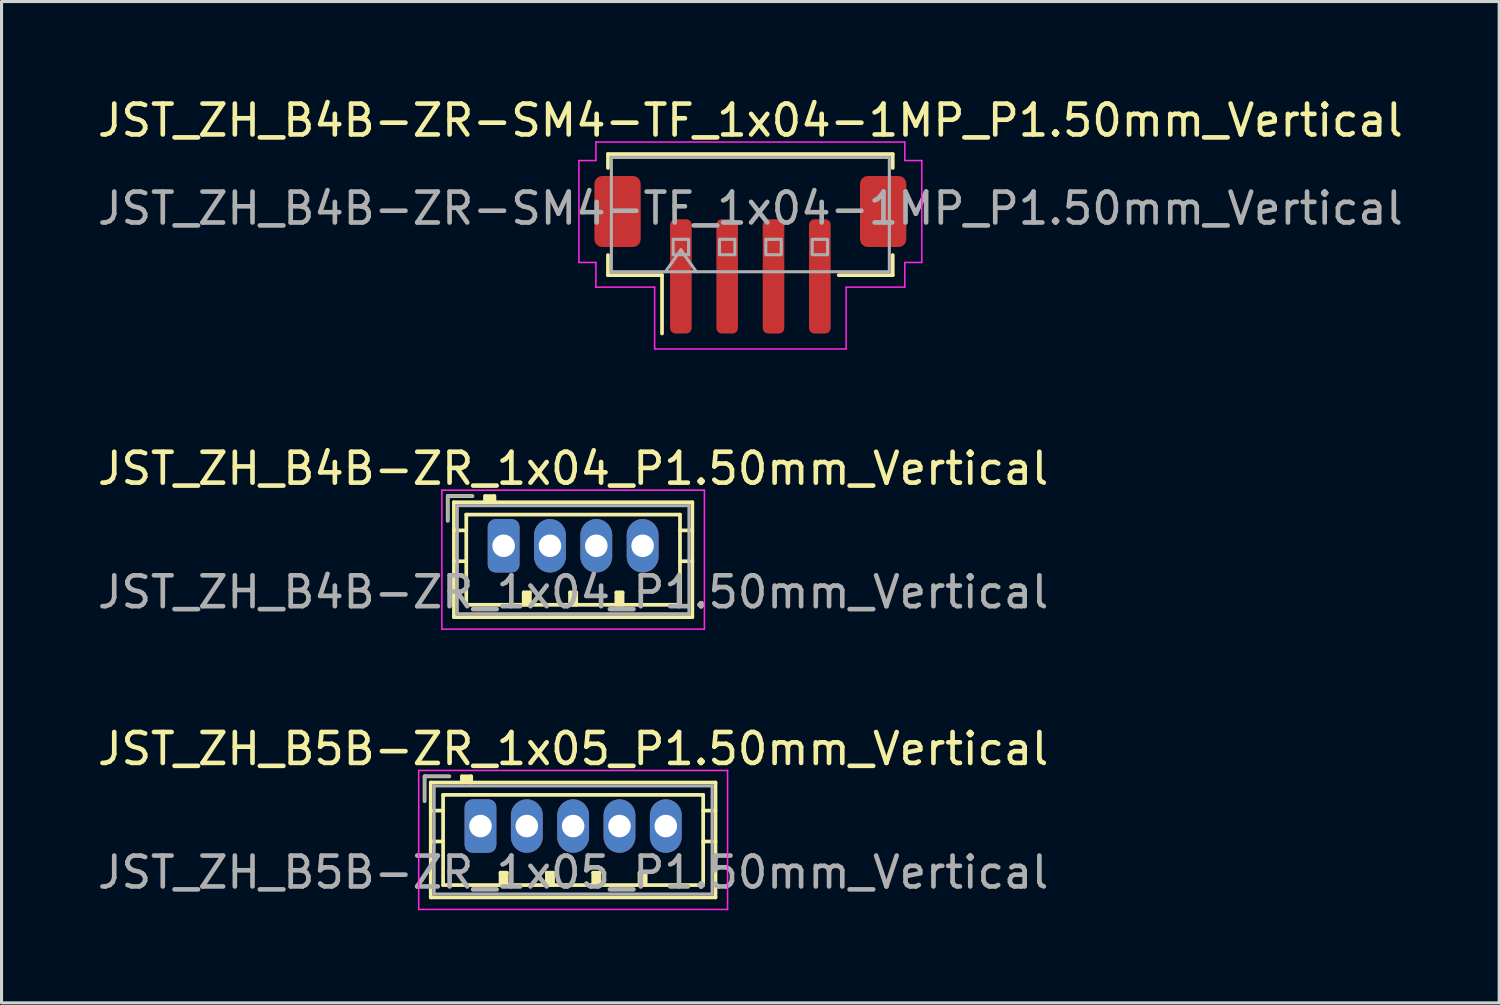
<source format=kicad_pcb>
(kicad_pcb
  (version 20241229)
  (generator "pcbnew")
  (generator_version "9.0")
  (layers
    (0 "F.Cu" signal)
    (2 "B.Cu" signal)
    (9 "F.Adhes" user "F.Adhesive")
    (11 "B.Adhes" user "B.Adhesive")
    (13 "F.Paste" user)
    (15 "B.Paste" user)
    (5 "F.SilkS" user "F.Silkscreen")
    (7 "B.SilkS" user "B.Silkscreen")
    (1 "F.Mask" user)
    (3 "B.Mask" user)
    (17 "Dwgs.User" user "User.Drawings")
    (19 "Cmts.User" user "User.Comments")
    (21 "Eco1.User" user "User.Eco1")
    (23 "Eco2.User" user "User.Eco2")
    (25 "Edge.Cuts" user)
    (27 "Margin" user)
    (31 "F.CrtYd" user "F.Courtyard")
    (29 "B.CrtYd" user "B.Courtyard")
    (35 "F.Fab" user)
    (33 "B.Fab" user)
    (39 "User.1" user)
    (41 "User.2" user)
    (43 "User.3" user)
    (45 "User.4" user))
  (footprint "JST_ZH_B4B-ZR-SM4-TF_1x04-1MP_P1.50mm_Vertical"
    (layer "F.Cu")
    (at 21.244 5.198)
    (property "Reference" "JST_ZH_B4B-ZR-SM4-TF_1x04-1MP_P1.50mm_Vertical" (at 0 -4.35 0) (layer "F.SilkS") (effects (font (size 1 1) (thickness 0.15))))
    (attr smd)
    (fp_line (start -4.61 -3.26) (end 4.61 -3.26) (stroke (width 0.12) (type solid)) (layer "F.SilkS"))
    (fp_line (start -4.61 -2.81) (end -4.61 -3.26) (stroke (width 0.12) (type solid)) (layer "F.SilkS"))
    (fp_line (start -4.61 0.01) (end -4.61 0.66) (stroke (width 0.12) (type solid)) (layer "F.SilkS"))
    (fp_line (start -4.61 0.66) (end -2.86 0.66) (stroke (width 0.12) (type solid)) (layer "F.SilkS"))
    (fp_line (start -2.86 0.66) (end -2.86 2.55) (stroke (width 0.12) (type solid)) (layer "F.SilkS"))
    (fp_line (start 4.61 -3.26) (end 4.61 -2.81) (stroke (width 0.12) (type solid)) (layer "F.SilkS"))
    (fp_line (start 4.61 0.01) (end 4.61 0.66) (stroke (width 0.12) (type solid)) (layer "F.SilkS"))
    (fp_line (start 4.61 0.66) (end 2.86 0.66) (stroke (width 0.12) (type solid)) (layer "F.SilkS"))
    (fp_line (start -5.55 -3.05) (end -5 -3.05) (stroke (width 0.05) (type solid)) (layer "F.CrtYd"))
    (fp_line (start -5.55 0.25) (end -5.55 -3.05) (stroke (width 0.05) (type solid)) (layer "F.CrtYd"))
    (fp_line (start -5 -3.65) (end 5 -3.65) (stroke (width 0.05) (type solid)) (layer "F.CrtYd"))
    (fp_line (start -5 -3.05) (end -5 -3.65) (stroke (width 0.05) (type solid)) (layer "F.CrtYd"))
    (fp_line (start -5 0.25) (end -5.55 0.25) (stroke (width 0.05) (type solid)) (layer "F.CrtYd"))
    (fp_line (start -5 1.05) (end -5 0.25) (stroke (width 0.05) (type solid)) (layer "F.CrtYd"))
    (fp_line (start -3.1 1.05) (end -5 1.05) (stroke (width 0.05) (type solid)) (layer "F.CrtYd"))
    (fp_line (start -3.1 3.05) (end -3.1 1.05) (stroke (width 0.05) (type solid)) (layer "F.CrtYd"))
    (fp_line (start 3.1 1.05) (end 3.1 3.05) (stroke (width 0.05) (type solid)) (layer "F.CrtYd"))
    (fp_line (start 3.1 3.05) (end -3.1 3.05) (stroke (width 0.05) (type solid)) (layer "F.CrtYd"))
    (fp_line (start 5 -3.65) (end 5 -3.05) (stroke (width 0.05) (type solid)) (layer "F.CrtYd"))
    (fp_line (start 5 -3.05) (end 5.55 -3.05) (stroke (width 0.05) (type solid)) (layer "F.CrtYd"))
    (fp_line (start 5 0.25) (end 5 1.05) (stroke (width 0.05) (type solid)) (layer "F.CrtYd"))
    (fp_line (start 5 1.05) (end 3.1 1.05) (stroke (width 0.05) (type solid)) (layer "F.CrtYd"))
    (fp_line (start 5.55 -3.05) (end 5.55 0.25) (stroke (width 0.05) (type solid)) (layer "F.CrtYd"))
    (fp_line (start 5.55 0.25) (end 5 0.25) (stroke (width 0.05) (type solid)) (layer "F.CrtYd"))
    (fp_line (start -4.5 -3.15) (end 4.5 -3.15) (stroke (width 0.1) (type solid)) (layer "F.Fab"))
    (fp_line (start -4.5 0.55) (end -4.5 -3.15) (stroke (width 0.1) (type solid)) (layer "F.Fab"))
    (fp_line (start -4.5 0.55) (end 4.5 0.55) (stroke (width 0.1) (type solid)) (layer "F.Fab"))
    (fp_line (start -2.75 0.55) (end -2.25 -0.157) (stroke (width 0.1) (type solid)) (layer "F.Fab"))
    (fp_line (start -2.25 -0.157) (end -1.75 0.55) (stroke (width 0.1) (type solid)) (layer "F.Fab"))
    (fp_line (start 4.5 0.55) (end 4.5 -3.15) (stroke (width 0.1) (type solid)) (layer "F.Fab"))
    (fp_rect (start -2.5 -0.5) (end -2 0) (stroke (width 0.1) (type solid)) (fill no) (layer "F.Fab"))
    (fp_rect (start -1 -0.5) (end -0.5 0) (stroke (width 0.1) (type solid)) (fill no) (layer "F.Fab"))
    (fp_rect (start 0.5 -0.5) (end 1 0) (stroke (width 0.1) (type solid)) (fill no) (layer "F.Fab"))
    (fp_rect (start 2 -0.5) (end 2.5 0) (stroke (width 0.1) (type solid)) (fill no) (layer "F.Fab"))
    (fp_text user "${REFERENCE}" (at 0 -1.5 0) (layer "F.Fab") (effects (font (size 1 1) (thickness 0.15))))
    (pad "1" smd roundrect (at -2.25 0.7) (size 0.7 3.7) (layers "F.Cu" "F.Mask" "F.Paste") (roundrect_rratio 0.25))
    (pad "2" smd roundrect (at -0.75 0.7) (size 0.7 3.7) (layers "F.Cu" "F.Mask" "F.Paste") (roundrect_rratio 0.25))
    (pad "3" smd roundrect (at 0.75 0.7) (size 0.7 3.7) (layers "F.Cu" "F.Mask" "F.Paste") (roundrect_rratio 0.25))
    (pad "4" smd roundrect (at 2.25 0.7) (size 0.7 3.7) (layers "F.Cu" "F.Mask" "F.Paste") (roundrect_rratio 0.25))
    (pad "MP" smd roundrect (at -4.3 -1.4) (size 1.5 2.3) (layers "F.Cu" "F.Mask" "F.Paste") (roundrect_rratio 0.167))
    (pad "MP" smd roundrect (at 4.3 -1.4) (size 1.5 2.3) (layers "F.Cu" "F.Mask" "F.Paste") (roundrect_rratio 0.167)))
  (footprint "JST_ZH_B4B-ZR_1x04_P1.50mm_Vertical"
    (layer "F.Cu")
    (at 13.256 14.621)
    (property "Reference" "JST_ZH_B4B-ZR_1x04_P1.50mm_Vertical" (at 2.25 -2.5 0) (layer "F.SilkS") (effects (font (size 1 1) (thickness 0.15))))
    (attr through_hole)
    (fp_line (start -1.81 -1.61) (end -1.81 -0.81) (stroke (width 0.12) (type solid)) (layer "F.SilkS"))
    (fp_line (start -1.61 -1.41) (end -1.61 2.31) (stroke (width 0.12) (type solid)) (layer "F.SilkS"))
    (fp_line (start -1.61 -0.5) (end -1.21 -0.5) (stroke (width 0.12) (type solid)) (layer "F.SilkS"))
    (fp_line (start -1.61 0.5) (end -1.21 0.5) (stroke (width 0.12) (type solid)) (layer "F.SilkS"))
    (fp_line (start -1.61 2.31) (end 6.11 2.31) (stroke (width 0.12) (type solid)) (layer "F.SilkS"))
    (fp_line (start -1.21 -1.01) (end -1.21 1.91) (stroke (width 0.12) (type solid)) (layer "F.SilkS"))
    (fp_line (start -1.21 1.91) (end 5.71 1.91) (stroke (width 0.12) (type solid)) (layer "F.SilkS"))
    (fp_line (start -1.01 -1.61) (end -1.81 -1.61) (stroke (width 0.12) (type solid)) (layer "F.SilkS"))
    (fp_line (start -0.6 -1.61) (end -0.6 -1.41) (stroke (width 0.12) (type solid)) (layer "F.SilkS"))
    (fp_line (start -0.3 -1.61) (end -0.6 -1.61) (stroke (width 0.12) (type solid)) (layer "F.SilkS"))
    (fp_line (start -0.3 -1.51) (end -0.6 -1.51) (stroke (width 0.12) (type solid)) (layer "F.SilkS"))
    (fp_line (start -0.3 -1.41) (end -0.3 -1.61) (stroke (width 0.12) (type solid)) (layer "F.SilkS"))
    (fp_line (start 0.65 1.51) (end 0.85 1.51) (stroke (width 0.12) (type solid)) (layer "F.SilkS"))
    (fp_line (start 0.65 1.91) (end 0.65 1.51) (stroke (width 0.12) (type solid)) (layer "F.SilkS"))
    (fp_line (start 0.75 1.91) (end 0.75 1.51) (stroke (width 0.12) (type solid)) (layer "F.SilkS"))
    (fp_line (start 0.85 1.51) (end 0.85 1.91) (stroke (width 0.12) (type solid)) (layer "F.SilkS"))
    (fp_line (start 2.15 1.51) (end 2.35 1.51) (stroke (width 0.12) (type solid)) (layer "F.SilkS"))
    (fp_line (start 2.15 1.91) (end 2.15 1.51) (stroke (width 0.12) (type solid)) (layer "F.SilkS"))
    (fp_line (start 2.25 1.91) (end 2.25 1.51) (stroke (width 0.12) (type solid)) (layer "F.SilkS"))
    (fp_line (start 2.35 1.51) (end 2.35 1.91) (stroke (width 0.12) (type solid)) (layer "F.SilkS"))
    (fp_line (start 3.65 1.51) (end 3.85 1.51) (stroke (width 0.12) (type solid)) (layer "F.SilkS"))
    (fp_line (start 3.65 1.91) (end 3.65 1.51) (stroke (width 0.12) (type solid)) (layer "F.SilkS"))
    (fp_line (start 3.75 1.91) (end 3.75 1.51) (stroke (width 0.12) (type solid)) (layer "F.SilkS"))
    (fp_line (start 3.85 1.51) (end 3.85 1.91) (stroke (width 0.12) (type solid)) (layer "F.SilkS"))
    (fp_line (start 5.71 -1.01) (end -1.21 -1.01) (stroke (width 0.12) (type solid)) (layer "F.SilkS"))
    (fp_line (start 5.71 1.91) (end 5.71 -1.01) (stroke (width 0.12) (type solid)) (layer "F.SilkS"))
    (fp_line (start 6.11 -1.41) (end -1.61 -1.41) (stroke (width 0.12) (type solid)) (layer "F.SilkS"))
    (fp_line (start 6.11 -0.5) (end 5.71 -0.5) (stroke (width 0.12) (type solid)) (layer "F.SilkS"))
    (fp_line (start 6.11 0.5) (end 5.71 0.5) (stroke (width 0.12) (type solid)) (layer "F.SilkS"))
    (fp_line (start 6.11 2.31) (end 6.11 -1.41) (stroke (width 0.12) (type solid)) (layer "F.SilkS"))
    (fp_line (start -2 -1.8) (end -2 2.7) (stroke (width 0.05) (type solid)) (layer "F.CrtYd"))
    (fp_line (start -2 2.7) (end 6.5 2.7) (stroke (width 0.05) (type solid)) (layer "F.CrtYd"))
    (fp_line (start 6.5 -1.8) (end -2 -1.8) (stroke (width 0.05) (type solid)) (layer "F.CrtYd"))
    (fp_line (start 6.5 2.7) (end 6.5 -1.8) (stroke (width 0.05) (type solid)) (layer "F.CrtYd"))
    (fp_line (start -1.81 -1.61) (end -1.81 -0.81) (stroke (width 0.1) (type solid)) (layer "F.Fab"))
    (fp_line (start -1.5 -1.3) (end -1.5 2.2) (stroke (width 0.1) (type solid)) (layer "F.Fab"))
    (fp_line (start -1.5 2.2) (end 6 2.2) (stroke (width 0.1) (type solid)) (layer "F.Fab"))
    (fp_line (start -1.01 -1.61) (end -1.81 -1.61) (stroke (width 0.1) (type solid)) (layer "F.Fab"))
    (fp_line (start 6 -1.3) (end -1.5 -1.3) (stroke (width 0.1) (type solid)) (layer "F.Fab"))
    (fp_line (start 6 2.2) (end 6 -1.3) (stroke (width 0.1) (type solid)) (layer "F.Fab"))
    (fp_text user "${REFERENCE}" (at 2.25 1.5 0) (layer "F.Fab") (effects (font (size 1 1) (thickness 0.15))))
    (pad "1" thru_hole roundrect (at 0 0) (size 1.03 1.73) (drill 0.73) (layers "*.Cu" "*.Mask") (roundrect_rratio 0.243))
    (pad "2" thru_hole oval (at 1.5 0) (size 1.03 1.73) (drill 0.73) (layers "*.Cu" "*.Mask"))
    (pad "3" thru_hole oval (at 3 0) (size 1.03 1.73) (drill 0.73) (layers "*.Cu" "*.Mask"))
    (pad "4" thru_hole oval (at 4.5 0) (size 1.03 1.73) (drill 0.73) (layers "*.Cu" "*.Mask")))
  (footprint "JST_ZH_B5B-ZR_1x05_P1.50mm_Vertical"
    (layer "F.Cu")
    (at 12.506 23.695)
    (property "Reference" "JST_ZH_B5B-ZR_1x05_P1.50mm_Vertical" (at 3 -2.5 0) (layer "F.SilkS") (effects (font (size 1 1) (thickness 0.15))))
    (attr through_hole)
    (fp_line (start -1.81 -1.61) (end -1.81 -0.81) (stroke (width 0.12) (type solid)) (layer "F.SilkS"))
    (fp_line (start -1.61 -1.41) (end -1.61 2.31) (stroke (width 0.12) (type solid)) (layer "F.SilkS"))
    (fp_line (start -1.61 -0.5) (end -1.21 -0.5) (stroke (width 0.12) (type solid)) (layer "F.SilkS"))
    (fp_line (start -1.61 0.5) (end -1.21 0.5) (stroke (width 0.12) (type solid)) (layer "F.SilkS"))
    (fp_line (start -1.61 2.31) (end 7.61 2.31) (stroke (width 0.12) (type solid)) (layer "F.SilkS"))
    (fp_line (start -1.21 -1.01) (end -1.21 1.91) (stroke (width 0.12) (type solid)) (layer "F.SilkS"))
    (fp_line (start -1.21 1.91) (end 7.21 1.91) (stroke (width 0.12) (type solid)) (layer "F.SilkS"))
    (fp_line (start -1.01 -1.61) (end -1.81 -1.61) (stroke (width 0.12) (type solid)) (layer "F.SilkS"))
    (fp_line (start -0.6 -1.61) (end -0.6 -1.41) (stroke (width 0.12) (type solid)) (layer "F.SilkS"))
    (fp_line (start -0.3 -1.61) (end -0.6 -1.61) (stroke (width 0.12) (type solid)) (layer "F.SilkS"))
    (fp_line (start -0.3 -1.51) (end -0.6 -1.51) (stroke (width 0.12) (type solid)) (layer "F.SilkS"))
    (fp_line (start -0.3 -1.41) (end -0.3 -1.61) (stroke (width 0.12) (type solid)) (layer "F.SilkS"))
    (fp_line (start 0.65 1.51) (end 0.85 1.51) (stroke (width 0.12) (type solid)) (layer "F.SilkS"))
    (fp_line (start 0.65 1.91) (end 0.65 1.51) (stroke (width 0.12) (type solid)) (layer "F.SilkS"))
    (fp_line (start 0.75 1.91) (end 0.75 1.51) (stroke (width 0.12) (type solid)) (layer "F.SilkS"))
    (fp_line (start 0.85 1.51) (end 0.85 1.91) (stroke (width 0.12) (type solid)) (layer "F.SilkS"))
    (fp_line (start 2.15 1.51) (end 2.35 1.51) (stroke (width 0.12) (type solid)) (layer "F.SilkS"))
    (fp_line (start 2.15 1.91) (end 2.15 1.51) (stroke (width 0.12) (type solid)) (layer "F.SilkS"))
    (fp_line (start 2.25 1.91) (end 2.25 1.51) (stroke (width 0.12) (type solid)) (layer "F.SilkS"))
    (fp_line (start 2.35 1.51) (end 2.35 1.91) (stroke (width 0.12) (type solid)) (layer "F.SilkS"))
    (fp_line (start 3.65 1.51) (end 3.85 1.51) (stroke (width 0.12) (type solid)) (layer "F.SilkS"))
    (fp_line (start 3.65 1.91) (end 3.65 1.51) (stroke (width 0.12) (type solid)) (layer "F.SilkS"))
    (fp_line (start 3.75 1.91) (end 3.75 1.51) (stroke (width 0.12) (type solid)) (layer "F.SilkS"))
    (fp_line (start 3.85 1.51) (end 3.85 1.91) (stroke (width 0.12) (type solid)) (layer "F.SilkS"))
    (fp_line (start 5.15 1.51) (end 5.35 1.51) (stroke (width 0.12) (type solid)) (layer "F.SilkS"))
    (fp_line (start 5.15 1.91) (end 5.15 1.51) (stroke (width 0.12) (type solid)) (layer "F.SilkS"))
    (fp_line (start 5.25 1.91) (end 5.25 1.51) (stroke (width 0.12) (type solid)) (layer "F.SilkS"))
    (fp_line (start 5.35 1.51) (end 5.35 1.91) (stroke (width 0.12) (type solid)) (layer "F.SilkS"))
    (fp_line (start 7.21 -1.01) (end -1.21 -1.01) (stroke (width 0.12) (type solid)) (layer "F.SilkS"))
    (fp_line (start 7.21 1.91) (end 7.21 -1.01) (stroke (width 0.12) (type solid)) (layer "F.SilkS"))
    (fp_line (start 7.61 -1.41) (end -1.61 -1.41) (stroke (width 0.12) (type solid)) (layer "F.SilkS"))
    (fp_line (start 7.61 -0.5) (end 7.21 -0.5) (stroke (width 0.12) (type solid)) (layer "F.SilkS"))
    (fp_line (start 7.61 0.5) (end 7.21 0.5) (stroke (width 0.12) (type solid)) (layer "F.SilkS"))
    (fp_line (start 7.61 2.31) (end 7.61 -1.41) (stroke (width 0.12) (type solid)) (layer "F.SilkS"))
    (fp_line (start -2 -1.8) (end -2 2.7) (stroke (width 0.05) (type solid)) (layer "F.CrtYd"))
    (fp_line (start -2 2.7) (end 8 2.7) (stroke (width 0.05) (type solid)) (layer "F.CrtYd"))
    (fp_line (start 8 -1.8) (end -2 -1.8) (stroke (width 0.05) (type solid)) (layer "F.CrtYd"))
    (fp_line (start 8 2.7) (end 8 -1.8) (stroke (width 0.05) (type solid)) (layer "F.CrtYd"))
    (fp_line (start -1.81 -1.61) (end -1.81 -0.81) (stroke (width 0.1) (type solid)) (layer "F.Fab"))
    (fp_line (start -1.5 -1.3) (end -1.5 2.2) (stroke (width 0.1) (type solid)) (layer "F.Fab"))
    (fp_line (start -1.5 2.2) (end 7.5 2.2) (stroke (width 0.1) (type solid)) (layer "F.Fab"))
    (fp_line (start -1.01 -1.61) (end -1.81 -1.61) (stroke (width 0.1) (type solid)) (layer "F.Fab"))
    (fp_line (start 7.5 -1.3) (end -1.5 -1.3) (stroke (width 0.1) (type solid)) (layer "F.Fab"))
    (fp_line (start 7.5 2.2) (end 7.5 -1.3) (stroke (width 0.1) (type solid)) (layer "F.Fab"))
    (fp_text user "${REFERENCE}" (at 3 1.5 0) (layer "F.Fab") (effects (font (size 1 1) (thickness 0.15))))
    (pad "1" thru_hole roundrect (at 0 0) (size 1.03 1.73) (drill 0.73) (layers "*.Cu" "*.Mask") (roundrect_rratio 0.243))
    (pad "2" thru_hole oval (at 1.5 0) (size 1.03 1.73) (drill 0.73) (layers "*.Cu" "*.Mask"))
    (pad "3" thru_hole oval (at 3 0) (size 1.03 1.73) (drill 0.73) (layers "*.Cu" "*.Mask"))
    (pad "4" thru_hole oval (at 4.5 0) (size 1.03 1.73) (drill 0.73) (layers "*.Cu" "*.Mask"))
    (pad "5" thru_hole oval (at 6 0) (size 1.03 1.73) (drill 0.73) (layers "*.Cu" "*.Mask")))
  (gr_rect
    (start -3 -3)
    (end 45.488 29.42)
    (stroke (width 0.1) (type default))
    (fill no)
    (layer "Edge.Cuts")))
</source>
